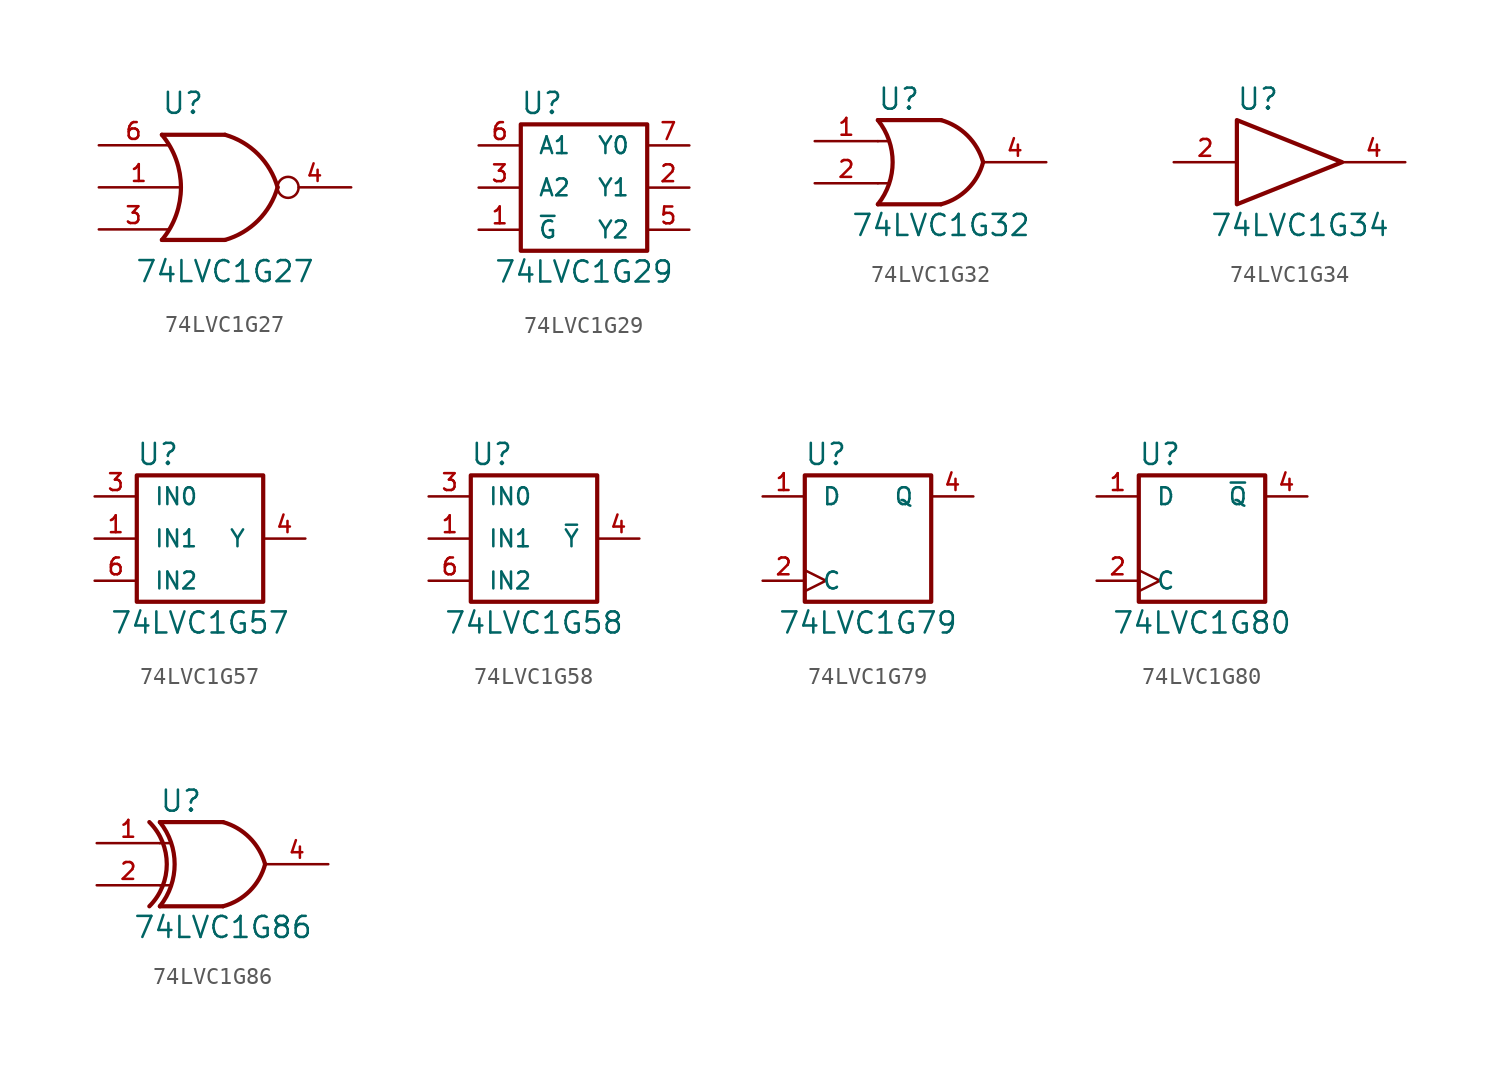
<source format=kicad_sym>
(kicad_symbol_lib
  (version 20201005)
  (generator kicad_symbol_editor)
  (symbol "74LVC1G27"
    (pin_names
      (offset 1.016))
    (property "Reference" "U"
      (at -2.54 5.08 0)
      (effects (font (size 1.27 1.27))))
    (property "Value" "74LVC1G27"
      (at 0 -5.08 0)
      (effects (font (size 1.27 1.27))))
    (symbol "74LVC1G27_0_1"
      (arc (start -3.81 3.175) (end -3.81 -3.175) (radius (at -7.62 0) (length 4.953) (angles 39.8 -39.8)) (stroke (width 0.254)) (fill (type none)))
      (arc (start 0 3.175) (end 3.175 0) (radius (at -1.27 -1.27) (length 4.6228) (angles 74 15.9)) (stroke (width 0.254)) (fill (type none)))
      (arc (start 0 -3.175) (end 3.175 0) (radius (at -1.27 1.27) (length 4.6228) (angles -74 -15.9)) (stroke (width 0.254)) (fill (type none)))
      (polyline (pts (xy 0 -3.175) (xy -3.81 -3.175)) (stroke (width 0.254)) (fill (type none)))
      (polyline (pts (xy 0 3.175) (xy -3.81 3.175)) (stroke (width 0.254)) (fill (type none))))
    (symbol "74LVC1G27_1_1"
      (pin input line (at -7.62 0 0) (length 4.826) (name "~" (effects (font (size 1.016 1.016)))) (number "1" (effects (font (size 1.016 1.016)))))
      (pin power_in line (at 0 -3.175 270) (length 0) hide (name "GND" (effects (font (size 1.016 1.016)))) (number "2" (effects (font (size 1.016 1.016)))))
      (pin input line (at -7.62 -2.54 0) (length 4.191) (name "~" (effects (font (size 1.016 1.016)))) (number "3" (effects (font (size 1.016 1.016)))))
      (pin output inverted (at 7.62 0 180) (length 4.445) (name "~" (effects (font (size 1.016 1.016)))) (number "4" (effects (font (size 1.016 1.016)))))
      (pin power_in line (at 0 3.175 90) (length 0) hide (name "VCC" (effects (font (size 1.016 1.016)))) (number "5" (effects (font (size 1.016 1.016)))))
      (pin input line (at -7.62 2.54 0) (length 4.191) (name "~" (effects (font (size 1.016 1.016)))) (number "6" (effects (font (size 1.016 1.016)))))))
  (symbol "74LVC1G29"
    (pin_names
      (offset 1.016))
    (property "Reference" "U"
      (at -2.54 5.08 0)
      (effects (font (size 1.27 1.27))))
    (property "Value" "74LVC1G29"
      (at 0 -5.08 0)
      (effects (font (size 1.27 1.27))))
    (symbol "74LVC1G29_0_1"
      (rectangle (start -3.81 3.81) (end 3.81 -3.81) (stroke (width 0.254)) (fill (type none))))
    (symbol "74LVC1G29_1_1"
      (pin input line (at -6.35 -2.54 0) (length 2.54) (name "~G" (effects (font (size 1.016 1.016)))) (number "1" (effects (font (size 1.016 1.016)))))
      (pin output line (at 6.35 0 180) (length 2.54) (name "Y1" (effects (font (size 1.016 1.016)))) (number "2" (effects (font (size 1.016 1.016)))))
      (pin input line (at -6.35 0 0) (length 2.54) (name "A2" (effects (font (size 1.016 1.016)))) (number "3" (effects (font (size 1.016 1.016)))))
      (pin power_in line (at 0 -3.81 270) (length 0) hide (name "GND" (effects (font (size 1.016 1.016)))) (number "4" (effects (font (size 1.016 1.016)))))
      (pin output line (at 6.35 -2.54 180) (length 2.54) (name "Y2" (effects (font (size 1.016 1.016)))) (number "5" (effects (font (size 1.016 1.016)))))
      (pin input line (at -6.35 2.54 0) (length 2.54) (name "A1" (effects (font (size 1.016 1.016)))) (number "6" (effects (font (size 1.016 1.016)))))
      (pin output line (at 6.35 2.54 180) (length 2.54) (name "Y0" (effects (font (size 1.016 1.016)))) (number "7" (effects (font (size 1.016 1.016)))))
      (pin power_in line (at 0 3.81 90) (length 0) hide (name "VCC" (effects (font (size 1.016 1.016)))) (number "8" (effects (font (size 1.016 1.016)))))))
  (symbol "74LVC1G32"
    (pin_names
      (offset 1.016))
    (property "Reference" "U"
      (at -2.54 3.81 0)
      (effects (font (size 1.27 1.27))))
    (property "Value" "74LVC1G32"
      (at 0 -3.81 0)
      (effects (font (size 1.27 1.27))))
    (symbol "74LVC1G32_0_1"
      (arc (start -3.81 2.54) (end -3.81 -2.54) (radius (at -6.985 0) (length 4.064) (angles 38.6 -38.6)) (stroke (width 0.254)) (fill (type none)))
      (arc (start 0 2.54) (end 2.54 0) (radius (at -0.9652 -0.9398) (length 3.6068) (angles 74.4 15)) (stroke (width 0.254)) (fill (type none)))
      (arc (start 0 -2.54) (end 2.54 0) (radius (at -0.9652 0.9398) (length 3.6068) (angles -74.4 -15)) (stroke (width 0.254)) (fill (type none)))
      (polyline (pts (xy -3.81 -1.27) (xy -3.175 -1.27)) (stroke (width 0)) (fill (type none)))
      (polyline (pts (xy -3.81 1.27) (xy -3.175 1.27)) (stroke (width 0)) (fill (type none)))
      (polyline (pts (xy 0 -2.54) (xy -3.81 -2.54)) (stroke (width 0.254)) (fill (type background)))
      (polyline (pts (xy 0 2.54) (xy -3.81 2.54)) (stroke (width 0.254)) (fill (type background))))
    (symbol "74LVC1G32_1_1"
      (pin input line (at -7.62 1.27 0) (length 3.81) (name "~" (effects (font (size 1.016 1.016)))) (number "1" (effects (font (size 1.016 1.016)))))
      (pin input line (at -7.62 -1.27 0) (length 3.81) (name "~" (effects (font (size 1.016 1.016)))) (number "2" (effects (font (size 1.016 1.016)))))
      (pin power_in line (at 0 -2.54 270) (length 0) hide (name "GND" (effects (font (size 1.016 1.016)))) (number "3" (effects (font (size 1.016 1.016)))))
      (pin output line (at 6.35 0 180) (length 3.81) (name "~" (effects (font (size 1.016 1.016)))) (number "4" (effects (font (size 1.016 1.016)))))
      (pin power_in line (at 0 2.54 90) (length 0) hide (name "VCC" (effects (font (size 1.016 1.016)))) (number "5" (effects (font (size 1.016 1.016)))))))
  (symbol "74LVC1G34"
    (pin_names
      (offset 1.016))
    (property "Reference" "U"
      (at -2.54 3.81 0)
      (effects (font (size 1.27 1.27))))
    (property "Value" "74LVC1G34"
      (at 0 -3.81 0)
      (effects (font (size 1.27 1.27))))
    (symbol "74LVC1G34_0_1"
      (polyline (pts (xy -3.81 2.54) (xy -3.81 -2.54) (xy 2.54 0) (xy -3.81 2.54)) (stroke (width 0.254)) (fill (type none))))
    (symbol "74LVC1G34_1_1"
      (pin input line (at -7.62 0 0) (length 3.81) (name "~" (effects (font (size 1.016 1.016)))) (number "2" (effects (font (size 1.016 1.016)))))
      (pin power_in line (at 0 -2.54 270) (length 0) hide (name "GND" (effects (font (size 1.016 1.016)))) (number "3" (effects (font (size 1.016 1.016)))))
      (pin output line (at 6.35 0 180) (length 3.81) (name "~" (effects (font (size 1.016 1.016)))) (number "4" (effects (font (size 1.016 1.016)))))
      (pin power_in line (at 0 2.54 90) (length 0) hide (name "VCC" (effects (font (size 1.016 1.016)))) (number "5" (effects (font (size 1.016 1.016)))))))
  (symbol "74LVC1G57"
    (pin_names
      (offset 1.016))
    (property "Reference" "U"
      (at -2.54 5.08 0)
      (effects (font (size 1.27 1.27))))
    (property "Value" "74LVC1G57"
      (at 0 -5.08 0)
      (effects (font (size 1.27 1.27))))
    (symbol "74LVC1G57_0_1"
      (rectangle (start -3.81 3.81) (end 3.81 -3.81) (stroke (width 0.254)) (fill (type none))))
    (symbol "74LVC1G57_1_1"
      (pin input line (at -6.35 0 0) (length 2.54) (name "IN1" (effects (font (size 1.016 1.016)))) (number "1" (effects (font (size 1.016 1.016)))))
      (pin power_in line (at 0 -3.81 270) (length 0) hide (name "GND" (effects (font (size 1.016 1.016)))) (number "2" (effects (font (size 1.016 1.016)))))
      (pin input line (at -6.35 2.54 0) (length 2.54) (name "IN0" (effects (font (size 1.016 1.016)))) (number "3" (effects (font (size 1.016 1.016)))))
      (pin output line (at 6.35 0 180) (length 2.54) (name "Y" (effects (font (size 1.016 1.016)))) (number "4" (effects (font (size 1.016 1.016)))))
      (pin power_in line (at 0 3.81 90) (length 0) hide (name "VCC" (effects (font (size 1.016 1.016)))) (number "5" (effects (font (size 1.016 1.016)))))
      (pin input line (at -6.35 -2.54 0) (length 2.54) (name "IN2" (effects (font (size 1.016 1.016)))) (number "6" (effects (font (size 1.016 1.016)))))))
  (symbol "74LVC1G58"
    (pin_names
      (offset 1.016))
    (property "Reference" "U"
      (at -2.54 5.08 0)
      (effects (font (size 1.27 1.27))))
    (property "Value" "74LVC1G58"
      (at 0 -5.08 0)
      (effects (font (size 1.27 1.27))))
    (symbol "74LVC1G58_0_1"
      (rectangle (start -3.81 3.81) (end 3.81 -3.81) (stroke (width 0.254)) (fill (type none))))
    (symbol "74LVC1G58_1_1"
      (pin input line (at -6.35 0 0) (length 2.54) (name "IN1" (effects (font (size 1.016 1.016)))) (number "1" (effects (font (size 1.016 1.016)))))
      (pin power_in line (at 0 -3.81 270) (length 0) hide (name "GND" (effects (font (size 1.016 1.016)))) (number "2" (effects (font (size 1.016 1.016)))))
      (pin input line (at -6.35 2.54 0) (length 2.54) (name "IN0" (effects (font (size 1.016 1.016)))) (number "3" (effects (font (size 1.016 1.016)))))
      (pin output line (at 6.35 0 180) (length 2.54) (name "~Y" (effects (font (size 1.016 1.016)))) (number "4" (effects (font (size 1.016 1.016)))))
      (pin power_in line (at 0 3.81 90) (length 0) hide (name "VCC" (effects (font (size 1.016 1.016)))) (number "5" (effects (font (size 1.016 1.016)))))
      (pin input line (at -6.35 -2.54 0) (length 2.54) (name "IN2" (effects (font (size 1.016 1.016)))) (number "6" (effects (font (size 1.016 1.016)))))))
  (symbol "74LVC1G79"
    (pin_names
      (offset 1.016))
    (property "Reference" "U"
      (at -2.54 5.08 0)
      (effects (font (size 1.27 1.27))))
    (property "Value" "74LVC1G79"
      (at 0 -5.08 0)
      (effects (font (size 1.27 1.27))))
    (symbol "74LVC1G79_0_1"
      (rectangle (start -3.81 3.81) (end 3.81 -3.81) (stroke (width 0.254)) (fill (type none))))
    (symbol "74LVC1G79_1_1"
      (pin input line (at -6.35 2.54 0) (length 2.54) (name "D" (effects (font (size 1.016 1.016)))) (number "1" (effects (font (size 1.016 1.016)))))
      (pin input clock (at -6.35 -2.54 0) (length 2.54) (name "C" (effects (font (size 1.016 1.016)))) (number "2" (effects (font (size 1.016 1.016)))))
      (pin power_in line (at 0 -3.81 270) (length 0) hide (name "GND" (effects (font (size 1.016 1.016)))) (number "3" (effects (font (size 1.016 1.016)))))
      (pin output line (at 6.35 2.54 180) (length 2.54) (name "Q" (effects (font (size 1.016 1.016)))) (number "4" (effects (font (size 1.016 1.016)))))
      (pin power_in line (at 0 3.81 90) (length 0) hide (name "VCC" (effects (font (size 1.016 1.016)))) (number "5" (effects (font (size 1.016 1.016)))))))
  (symbol "74LVC1G80"
    (pin_names
      (offset 1.016))
    (property "Reference" "U"
      (at -2.54 5.08 0)
      (effects (font (size 1.27 1.27))))
    (property "Value" "74LVC1G80"
      (at 0 -5.08 0)
      (effects (font (size 1.27 1.27))))
    (symbol "74LVC1G80_0_1"
      (rectangle (start -3.81 3.81) (end 3.81 -3.81) (stroke (width 0.254)) (fill (type none))))
    (symbol "74LVC1G80_1_1"
      (pin input line (at -6.35 2.54 0) (length 2.54) (name "D" (effects (font (size 1.016 1.016)))) (number "1" (effects (font (size 1.016 1.016)))))
      (pin input clock (at -6.35 -2.54 0) (length 2.54) (name "C" (effects (font (size 1.016 1.016)))) (number "2" (effects (font (size 1.016 1.016)))))
      (pin power_in line (at 0 -3.81 270) (length 0) hide (name "GND" (effects (font (size 1.016 1.016)))) (number "3" (effects (font (size 1.016 1.016)))))
      (pin output line (at 6.35 2.54 180) (length 2.54) (name "~Q" (effects (font (size 1.016 1.016)))) (number "4" (effects (font (size 1.016 1.016)))))
      (pin power_in line (at 0 3.81 90) (length 0) hide (name "VCC" (effects (font (size 1.016 1.016)))) (number "5" (effects (font (size 1.016 1.016)))))))
  (symbol "74LVC1G86"
    (pin_names
      (offset 1.016))
    (property "Reference" "U"
      (at -2.54 3.81 0)
      (effects (font (size 1.27 1.27))))
    (property "Value" "74LVC1G86"
      (at 0 -3.81 0)
      (effects (font (size 1.27 1.27))))
    (symbol "74LVC1G86_0_1"
      (arc (start -3.81 2.54) (end -3.81 -2.54) (radius (at -6.985 0) (length 4.064) (angles 38.6 -38.6)) (stroke (width 0.254)) (fill (type none)))
      (arc (start -4.445 -2.54) (end -4.445 2.54) (radius (at -6.985 0) (length 3.5814) (angles -45 45)) (stroke (width 0.254)) (fill (type none)))
      (arc (start 0 2.54) (end 2.54 0) (radius (at -0.9652 -0.9398) (length 3.6068) (angles 74.4 15)) (stroke (width 0.254)) (fill (type none)))
      (arc (start 0 -2.54) (end 2.54 0) (radius (at -0.9652 0.9398) (length 3.6068) (angles -74.4 -15)) (stroke (width 0.254)) (fill (type none)))
      (polyline (pts (xy -3.81 -1.27) (xy -3.175 -1.27)) (stroke (width 0)) (fill (type none)))
      (polyline (pts (xy -3.81 1.27) (xy -3.175 1.27)) (stroke (width 0)) (fill (type none)))
      (polyline (pts (xy 0 -2.54) (xy -3.81 -2.54)) (stroke (width 0.254)) (fill (type background)))
      (polyline (pts (xy 0 2.54) (xy -3.81 2.54)) (stroke (width 0.254)) (fill (type background))))
    (symbol "74LVC1G86_1_1"
      (pin input line (at -7.62 1.27 0) (length 3.81) (name "~" (effects (font (size 1.016 1.016)))) (number "1" (effects (font (size 1.016 1.016)))))
      (pin input line (at -7.62 -1.27 0) (length 3.81) (name "~" (effects (font (size 1.016 1.016)))) (number "2" (effects (font (size 1.016 1.016)))))
      (pin power_in line (at 0 -2.54 270) (length 0) hide (name "GND" (effects (font (size 1.016 1.016)))) (number "3" (effects (font (size 1.016 1.016)))))
      (pin output line (at 6.35 0 180) (length 3.81) (name "~" (effects (font (size 1.016 1.016)))) (number "4" (effects (font (size 1.016 1.016)))))
      (pin power_in line (at 0 2.54 90) (length 0) hide (name "VCC" (effects (font (size 1.016 1.016)))) (number "5" (effects (font (size 1.016 1.016))))))))
</source>
